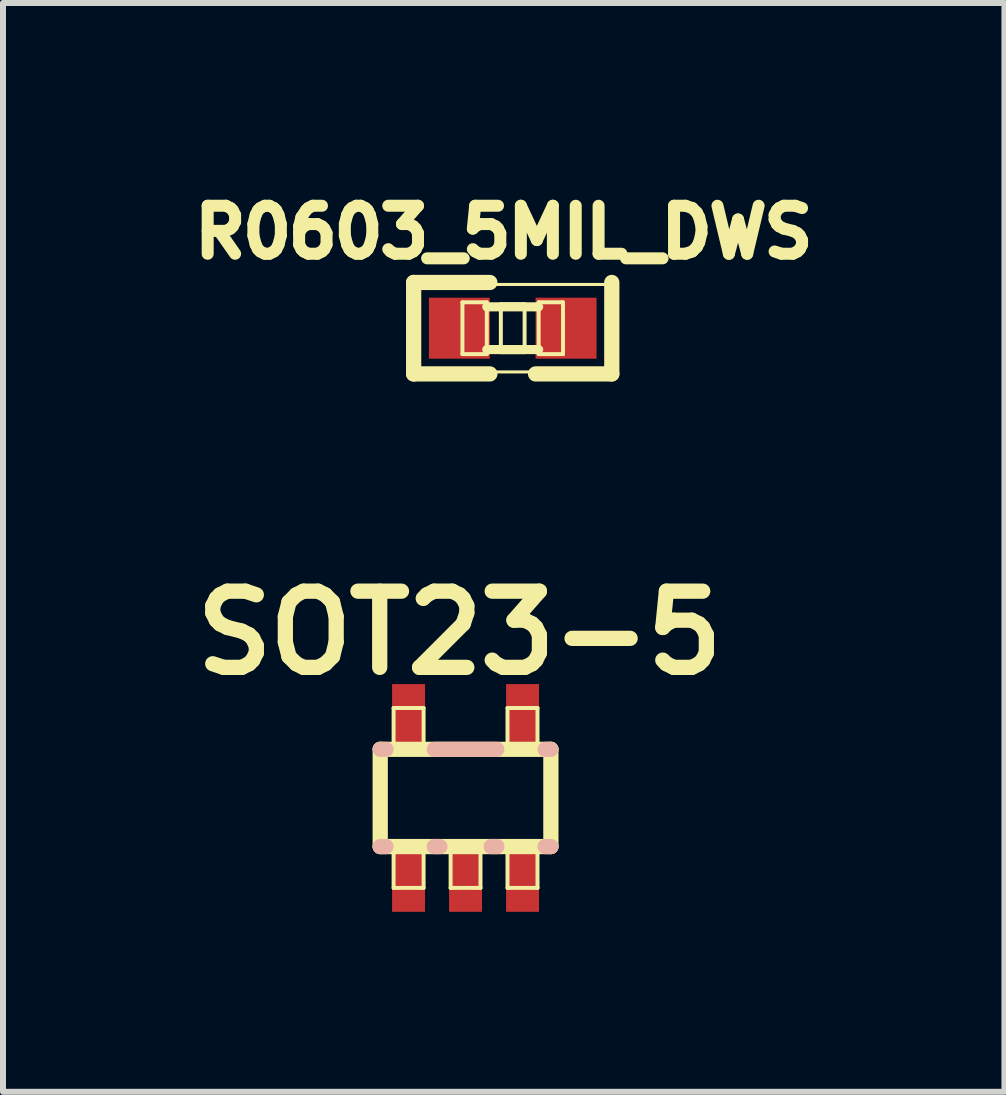
<source format=kicad_pcb>
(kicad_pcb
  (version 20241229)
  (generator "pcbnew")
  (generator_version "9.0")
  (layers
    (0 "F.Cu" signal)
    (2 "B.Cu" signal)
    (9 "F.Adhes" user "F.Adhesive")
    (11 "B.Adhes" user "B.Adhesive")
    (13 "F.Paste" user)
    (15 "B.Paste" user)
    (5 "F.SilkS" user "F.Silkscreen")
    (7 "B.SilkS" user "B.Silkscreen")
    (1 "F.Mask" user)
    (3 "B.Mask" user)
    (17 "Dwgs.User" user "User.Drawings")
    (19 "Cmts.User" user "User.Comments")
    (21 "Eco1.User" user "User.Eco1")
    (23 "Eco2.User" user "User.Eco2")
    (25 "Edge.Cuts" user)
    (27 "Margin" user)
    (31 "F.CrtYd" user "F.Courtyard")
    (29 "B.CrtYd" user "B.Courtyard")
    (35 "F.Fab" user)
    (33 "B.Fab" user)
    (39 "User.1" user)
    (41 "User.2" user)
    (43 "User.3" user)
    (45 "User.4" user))
  (footprint "R0603_5MIL_DWS"
    (layer "F.Cu")
    (at 5.494 2.419)
    (property "Reference" "R0603_5MIL_DWS" (at -0.15 -1.6 0) (layer "F.SilkS") (effects (font (size 0.8 0.8) (thickness 0.2))))
    (attr smd)
    (fp_line (start -1.651 -0.762) (end -1.651 0.762) (stroke (width 0.254) (type solid)) (layer "F.SilkS"))
    (fp_line (start -1.651 0.762) (end -0.381 0.762) (stroke (width 0.254) (type solid)) (layer "F.SilkS"))
    (fp_line (start -1.598 -0.729) (end 1.598 -0.729) (stroke (width 0.051) (type solid)) (layer "F.SilkS"))
    (fp_line (start -1.598 0.729) (end -1.598 -0.729) (stroke (width 0.051) (type solid)) (layer "F.SilkS"))
    (fp_line (start -0.838 -0.432) (end -0.432 -0.432) (stroke (width 0.066) (type solid)) (layer "F.SilkS"))
    (fp_line (start -0.838 0.432) (end -0.838 -0.432) (stroke (width 0.066) (type solid)) (layer "F.SilkS"))
    (fp_line (start -0.838 0.432) (end -0.432 0.432) (stroke (width 0.066) (type solid)) (layer "F.SilkS"))
    (fp_line (start -0.432 0.356) (end 0.432 0.356) (stroke (width 0.152) (type solid)) (layer "F.SilkS"))
    (fp_line (start -0.432 0.432) (end -0.432 -0.432) (stroke (width 0.066) (type solid)) (layer "F.SilkS"))
    (fp_line (start -0.381 -0.762) (end -1.651 -0.762) (stroke (width 0.254) (type solid)) (layer "F.SilkS"))
    (fp_line (start -0.198 -0.399) (end 0.198 -0.399) (stroke (width 0.066) (type solid)) (layer "F.SilkS"))
    (fp_line (start -0.198 0.399) (end -0.198 -0.399) (stroke (width 0.066) (type solid)) (layer "F.SilkS"))
    (fp_line (start -0.198 0.399) (end 0.198 0.399) (stroke (width 0.066) (type solid)) (layer "F.SilkS"))
    (fp_line (start 0.198 0.399) (end 0.198 -0.399) (stroke (width 0.066) (type solid)) (layer "F.SilkS"))
    (fp_line (start 0.381 0.762) (end 1.651 0.762) (stroke (width 0.254) (type solid)) (layer "F.SilkS"))
    (fp_line (start 0.432 -0.432) (end 0.838 -0.432) (stroke (width 0.066) (type solid)) (layer "F.SilkS"))
    (fp_line (start 0.432 -0.356) (end -0.432 -0.356) (stroke (width 0.152) (type solid)) (layer "F.SilkS"))
    (fp_line (start 0.432 0.432) (end 0.432 -0.432) (stroke (width 0.066) (type solid)) (layer "F.SilkS"))
    (fp_line (start 0.432 0.432) (end 0.838 0.432) (stroke (width 0.066) (type solid)) (layer "F.SilkS"))
    (fp_line (start 0.838 0.432) (end 0.838 -0.432) (stroke (width 0.066) (type solid)) (layer "F.SilkS"))
    (fp_line (start 1.598 -0.729) (end 1.598 0.729) (stroke (width 0.051) (type solid)) (layer "F.SilkS"))
    (fp_line (start 1.598 0.729) (end -1.598 0.729) (stroke (width 0.051) (type solid)) (layer "F.SilkS"))
    (fp_line (start 1.651 0.762) (end 1.651 -0.762) (stroke (width 0.254) (type solid)) (layer "F.SilkS"))
    (fp_line (start 1.651 -0.762) (end 0.381 -0.762) (stroke (width 0.254) (type solid)) (layer "B.Paste"))
    (pad "1" smd rect (at -0.889 0) (size 1.016 1.016) (layers "F.Cu" "F.Mask" "F.Paste"))
    (pad "2" smd rect (at 0.889 0) (size 1.016 1.016) (layers "F.Cu" "F.Mask" "F.Paste")))
  (footprint "SOT23-5"
    (layer "F.Cu")
    (at 4.708 10.247)
    (property "Reference" "SOT23-5" (at -0.1 -2.75 0) (layer "F.SilkS") (effects (font (size 1.27 1.27) (thickness 0.254))))
    (attr smd)
    (fp_line (start -1.422 -0.81) (end 1.422 -0.81) (stroke (width 0.254) (type solid)) (layer "F.SilkS"))
    (fp_line (start -1.422 0.81) (end -1.422 -0.81) (stroke (width 0.254) (type solid)) (layer "F.SilkS"))
    (fp_line (start -1.199 -1.499) (end -0.699 -1.499) (stroke (width 0.066) (type solid)) (layer "F.SilkS"))
    (fp_line (start -1.199 -0.848) (end -1.199 -1.499) (stroke (width 0.066) (type solid)) (layer "F.SilkS"))
    (fp_line (start -1.199 -0.848) (end -0.699 -0.848) (stroke (width 0.066) (type solid)) (layer "F.SilkS"))
    (fp_line (start -1.199 0.848) (end -0.699 0.848) (stroke (width 0.066) (type solid)) (layer "F.SilkS"))
    (fp_line (start -1.199 1.499) (end -1.199 0.848) (stroke (width 0.066) (type solid)) (layer "F.SilkS"))
    (fp_line (start -1.199 1.499) (end -0.699 1.499) (stroke (width 0.066) (type solid)) (layer "F.SilkS"))
    (fp_line (start -0.699 -0.848) (end -0.699 -1.499) (stroke (width 0.066) (type solid)) (layer "F.SilkS"))
    (fp_line (start -0.699 1.499) (end -0.699 0.848) (stroke (width 0.066) (type solid)) (layer "F.SilkS"))
    (fp_line (start -0.249 0.848) (end 0.249 0.848) (stroke (width 0.066) (type solid)) (layer "F.SilkS"))
    (fp_line (start -0.249 1.499) (end -0.249 0.848) (stroke (width 0.066) (type solid)) (layer "F.SilkS"))
    (fp_line (start -0.249 1.499) (end 0.249 1.499) (stroke (width 0.066) (type solid)) (layer "F.SilkS"))
    (fp_line (start 0.249 1.499) (end 0.249 0.848) (stroke (width 0.066) (type solid)) (layer "F.SilkS"))
    (fp_line (start 0.699 -1.499) (end 1.199 -1.499) (stroke (width 0.066) (type solid)) (layer "F.SilkS"))
    (fp_line (start 0.699 -0.848) (end 0.699 -1.499) (stroke (width 0.066) (type solid)) (layer "F.SilkS"))
    (fp_line (start 0.699 -0.848) (end 1.199 -0.848) (stroke (width 0.066) (type solid)) (layer "F.SilkS"))
    (fp_line (start 0.699 0.848) (end 1.199 0.848) (stroke (width 0.066) (type solid)) (layer "F.SilkS"))
    (fp_line (start 0.699 1.499) (end 0.699 0.848) (stroke (width 0.066) (type solid)) (layer "F.SilkS"))
    (fp_line (start 0.699 1.499) (end 1.199 1.499) (stroke (width 0.066) (type solid)) (layer "F.SilkS"))
    (fp_line (start 1.199 -0.848) (end 1.199 -1.499) (stroke (width 0.066) (type solid)) (layer "F.SilkS"))
    (fp_line (start 1.199 1.499) (end 1.199 0.848) (stroke (width 0.066) (type solid)) (layer "F.SilkS"))
    (fp_line (start 1.422 -0.81) (end 1.422 0.81) (stroke (width 0.254) (type solid)) (layer "F.SilkS"))
    (fp_line (start 1.422 0.81) (end -1.422 0.81) (stroke (width 0.254) (type solid)) (layer "F.SilkS"))
    (fp_line (start -1.422 -0.81) (end -1.326 -0.81) (stroke (width 0.254) (type solid)) (layer "B.SilkS"))
    (fp_line (start -1.326 0.81) (end -1.422 0.81) (stroke (width 0.254) (type solid)) (layer "B.SilkS"))
    (fp_line (start -0.521 -0.81) (end 0.521 -0.81) (stroke (width 0.254) (type solid)) (layer "B.SilkS"))
    (fp_line (start -0.427 0.81) (end -0.521 0.81) (stroke (width 0.254) (type solid)) (layer "B.SilkS"))
    (fp_line (start 0.521 0.81) (end 0.427 0.81) (stroke (width 0.254) (type solid)) (layer "B.SilkS"))
    (fp_line (start 1.326 -0.81) (end 1.422 -0.81) (stroke (width 0.254) (type solid)) (layer "B.SilkS"))
    (fp_line (start 1.422 0.81) (end 1.326 0.81) (stroke (width 0.254) (type solid)) (layer "B.SilkS"))
    (pad "1" smd rect (at -0.95 1.298) (size 0.549 1.199) (layers "F.Cu" "F.Mask" "F.Paste"))
    (pad "2" smd rect (at 0 1.298) (size 0.549 1.199) (layers "F.Cu" "F.Mask" "F.Paste"))
    (pad "3" smd rect (at 0.95 1.298) (size 0.549 1.199) (layers "F.Cu" "F.Mask" "F.Paste"))
    (pad "4" smd rect (at 0.95 -1.298) (size 0.549 1.199) (layers "F.Cu" "F.Mask" "F.Paste"))
    (pad "5" smd rect (at -0.95 -1.298) (size 0.549 1.199) (layers "F.Cu" "F.Mask" "F.Paste")))
  (gr_rect
    (start -3 -3)
    (end 13.688 15.144)
    (stroke (width 0.1) (type default))
    (fill no)
    (layer "Edge.Cuts")))
</source>
